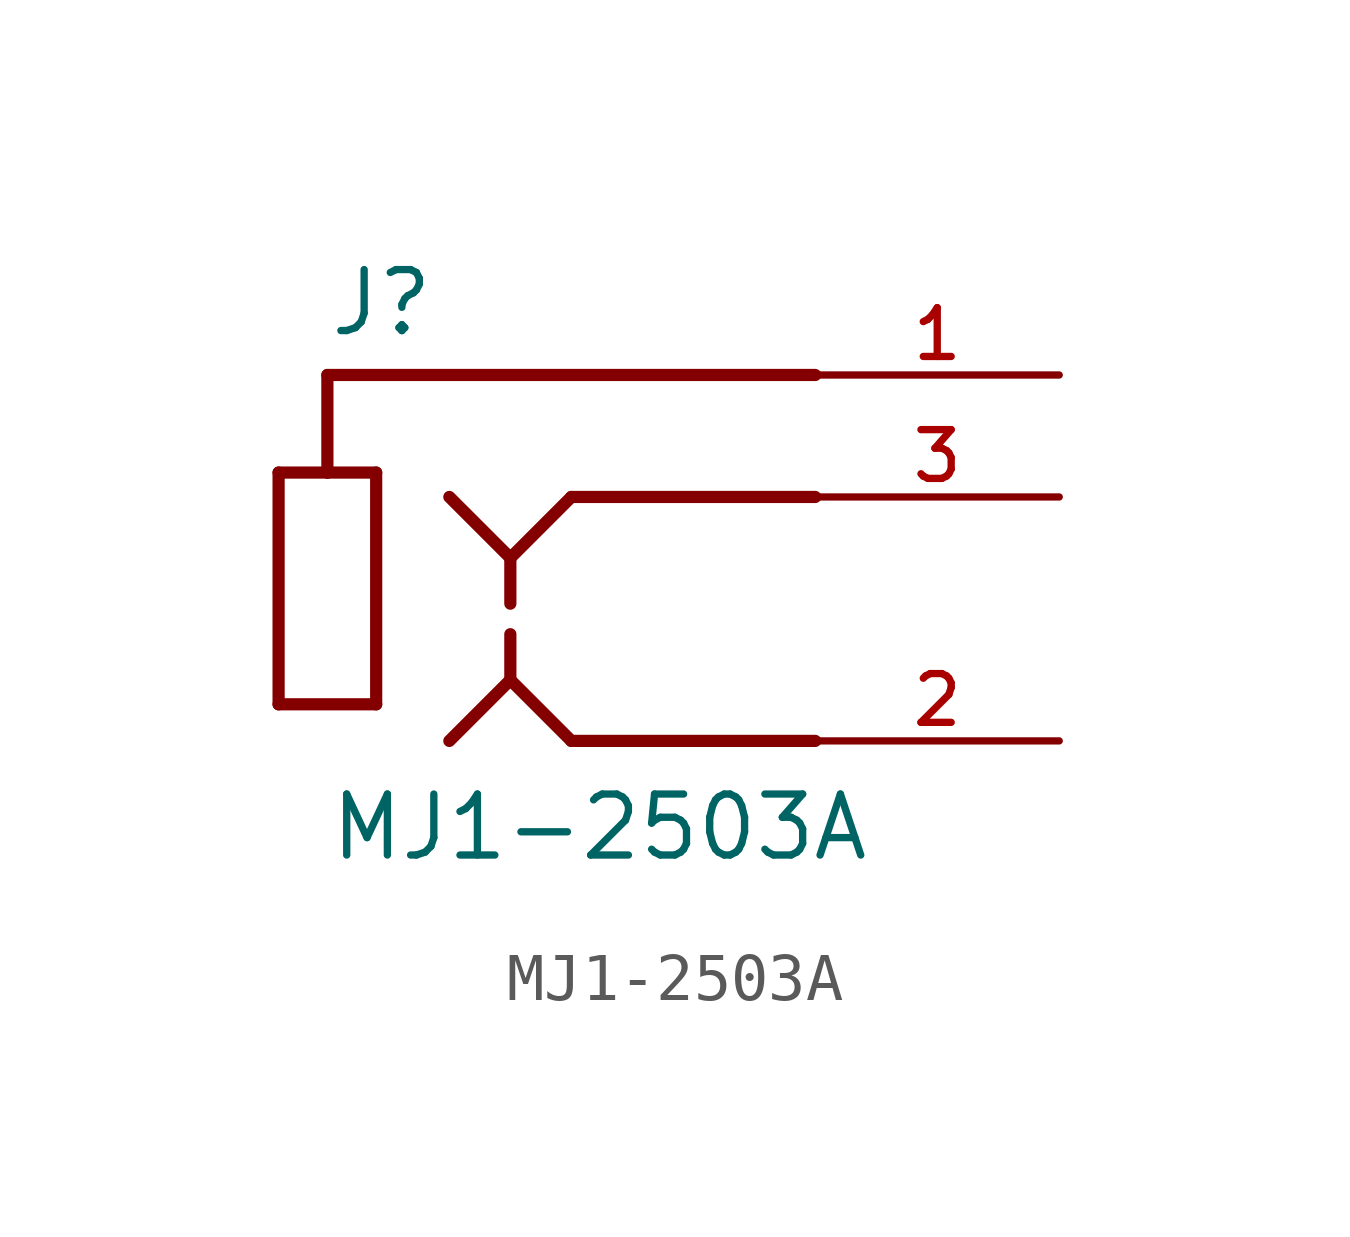
<source format=kicad_sym>
(kicad_symbol_lib
  (version 20211014)
  (generator kicad_symbol_editor)
  (symbol "MJ1-2503A"
    (pin_names
      (offset 1.016))
    (property "Reference" "J"
      (at -5.08 5.842 0)
      (effects (font (size 1.27 1.27)) (justify bottom left)))
    (property "Value" "MJ1-2503A"
      (at -5.08 -5.08 0)
      (effects (font (size 1.27 1.27)) (justify bottom left)))
    (symbol "MJ1-2503A_0_0"
      (polyline (pts (xy -6.096 3.048) (xy -6.096 -1.778)) (stroke (width 0.254)))
      (polyline (pts (xy -6.096 -1.778) (xy -4.064 -1.778)) (stroke (width 0.254)))
      (polyline (pts (xy -4.064 -1.778) (xy -4.064 3.048)) (stroke (width 0.254)))
      (polyline (pts (xy -4.064 3.048) (xy -5.08 3.048)) (stroke (width 0.254)))
      (polyline (pts (xy -5.08 3.048) (xy -6.096 3.048)) (stroke (width 0.254)))
      (polyline (pts (xy -5.08 3.048) (xy -5.08 5.08)) (stroke (width 0.254)))
      (polyline (pts (xy -5.08 5.08) (xy 5.08 5.08)) (stroke (width 0.254)))
      (polyline (pts (xy -2.54 -2.54) (xy -1.27 -1.27)) (stroke (width 0.254)))
      (polyline (pts (xy -1.27 -1.27) (xy 0.0 -2.54)) (stroke (width 0.254)))
      (polyline (pts (xy 0.0 -2.54) (xy 5.08 -2.54)) (stroke (width 0.254)))
      (polyline (pts (xy -2.54 2.54) (xy -1.27 1.27)) (stroke (width 0.254)))
      (polyline (pts (xy -1.27 1.27) (xy 0.0 2.54)) (stroke (width 0.254)))
      (polyline (pts (xy 0.0 2.54) (xy 5.08 2.54)) (stroke (width 0.254)))
      (polyline (pts (xy -1.27 1.27) (xy -1.27 0.318)) (stroke (width 0.254)))
      (polyline (pts (xy -1.27 -0.318) (xy -1.27 -1.27)) (stroke (width 0.254)))
      (pin passive line (at 10.16 5.08 180.0) (length 5.08) (name "~" (effects (font (size 1.016 1.016)))) (number "1" (effects (font (size 1.016 1.016)))))
      (pin passive line (at 10.16 -2.54 180.0) (length 5.08) (name "~" (effects (font (size 1.016 1.016)))) (number "2" (effects (font (size 1.016 1.016)))))
      (pin passive line (at 10.16 2.54 180.0) (length 5.08) (name "~" (effects (font (size 1.016 1.016)))) (number "3" (effects (font (size 1.016 1.016))))))))
</source>
